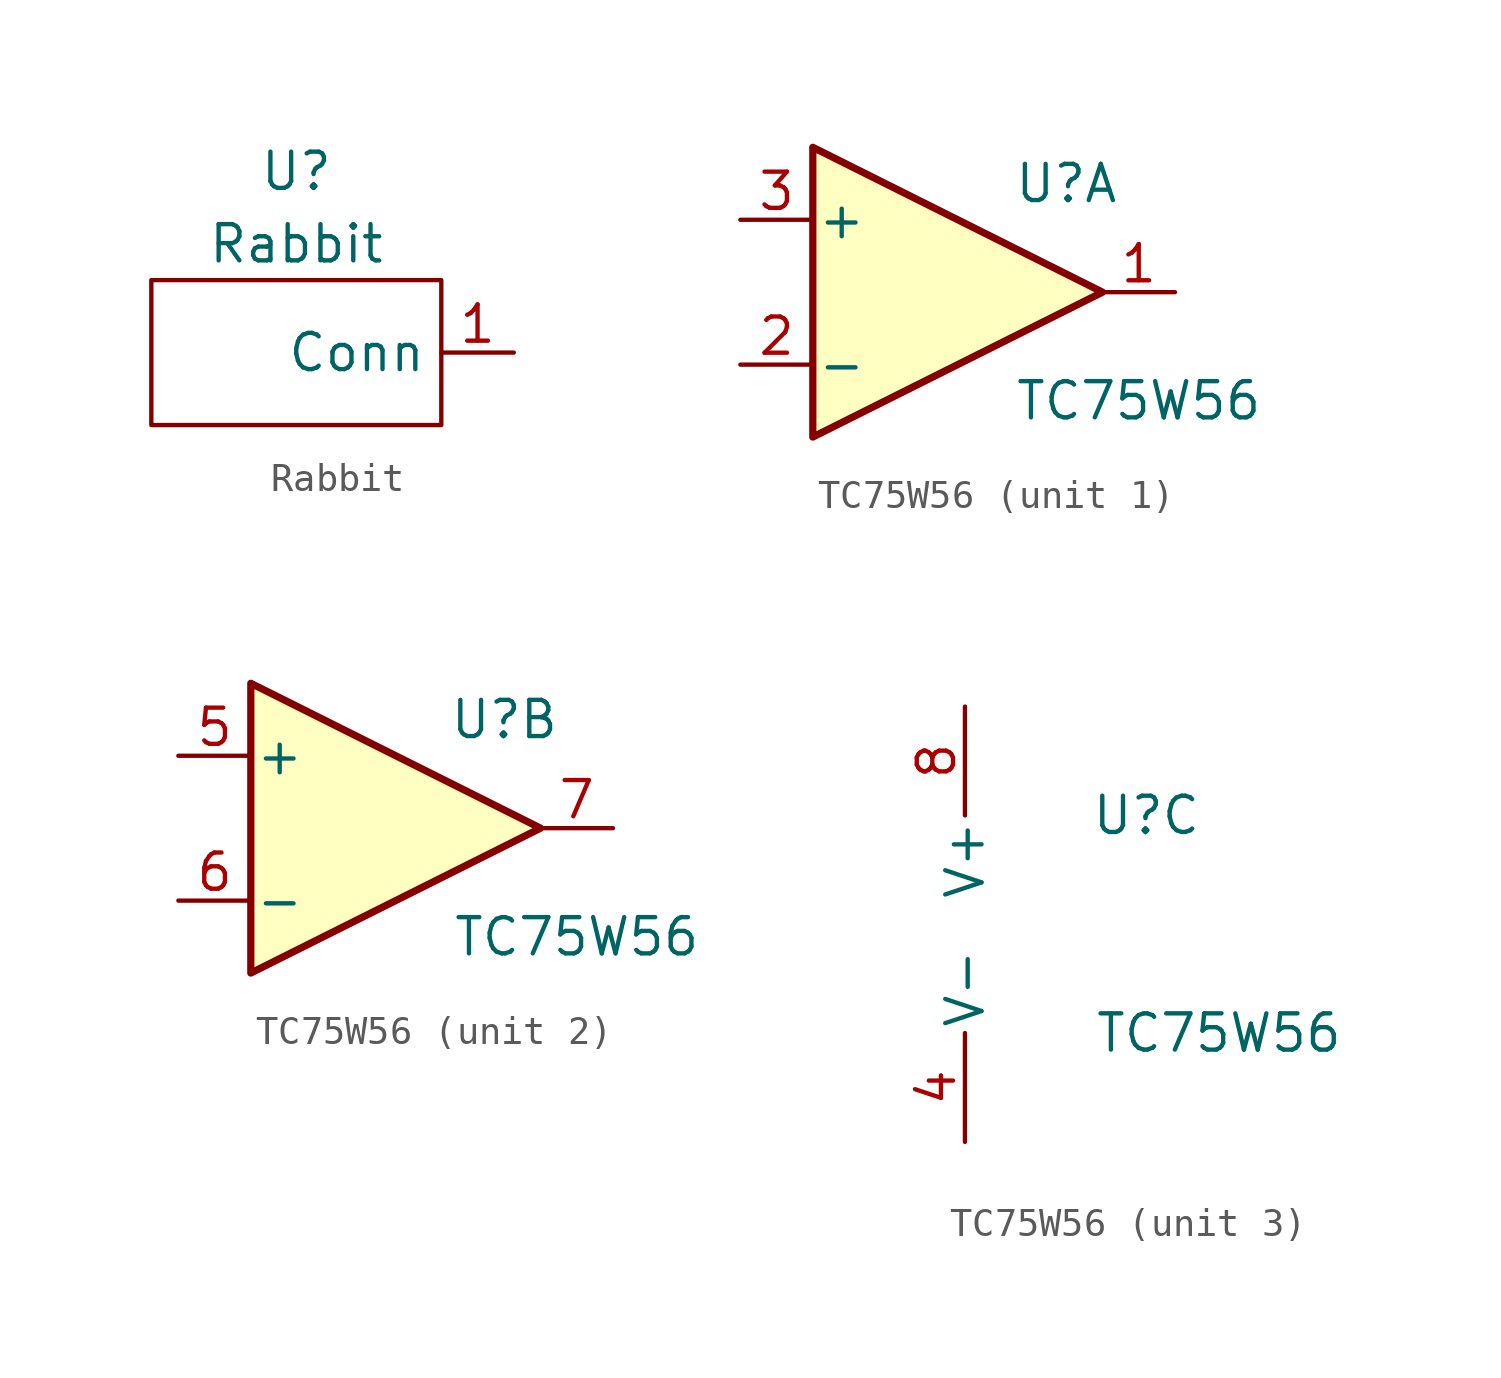
<source format=kicad_sym>
(kicad_symbol_lib
  (version 20211014)
  (generator kicad_symbol_editor)
  (symbol "Rabbit"
    (property "Reference" "U"
      (at 0 2.54 0)
      (effects (font (size 1.27 1.27))))
    (property "Value" "Rabbit"
      (at 0 0 0)
      (effects (font (size 1.27 1.27))))
    (symbol "Rabbit_0_1"
      (rectangle (start -5.08 -1.27) (end 5.08 -6.35) (stroke (width 0) (type default) (color 0 0 0 0)) (fill (type none))))
    (symbol "Rabbit_1_1"
      (pin bidirectional line (at 7.62 -3.81 180) (length 2.54) (name "Conn" (effects (font (size 1.27 1.27)))) (number "1" (effects (font (size 1.27 1.27)))))))
  (symbol "TC75W56"
    (pin_names
      (offset 0.127))
    (property "Reference" "U"
      (at 3.81 3.81 0)
      (effects (font (size 1.27 1.27))))
    (property "Value" "TC75W56"
      (at 6.35 -3.81 0)
      (effects (font (size 1.27 1.27))))
    (property "ki_locked" ""
      (at 0 0 0)
      (effects (font (size 1.27 1.27))))
    (symbol "TC75W56_1_1"
      (polyline (pts (xy -5.08 5.08) (xy 5.08 0) (xy -5.08 -5.08) (xy -5.08 5.08)) (stroke (width 0.254) (type default) (color 0 0 0 0)) (fill (type background)))
      (pin output line (at 7.62 0 180) (length 2.54) (name "~" (effects (font (size 1.27 1.27)))) (number "1" (effects (font (size 1.27 1.27)))))
      (pin input line (at -7.62 -2.54 0) (length 2.54) (name "-" (effects (font (size 1.27 1.27)))) (number "2" (effects (font (size 1.27 1.27)))))
      (pin input line (at -7.62 2.54 0) (length 2.54) (name "+" (effects (font (size 1.27 1.27)))) (number "3" (effects (font (size 1.27 1.27))))))
    (symbol "TC75W56_2_1"
      (polyline (pts (xy -5.08 5.08) (xy 5.08 0) (xy -5.08 -5.08) (xy -5.08 5.08)) (stroke (width 0.254) (type default) (color 0 0 0 0)) (fill (type background)))
      (pin input line (at -7.62 2.54 0) (length 2.54) (name "+" (effects (font (size 1.27 1.27)))) (number "5" (effects (font (size 1.27 1.27)))))
      (pin input line (at -7.62 -2.54 0) (length 2.54) (name "-" (effects (font (size 1.27 1.27)))) (number "6" (effects (font (size 1.27 1.27)))))
      (pin output line (at 7.62 0 180) (length 2.54) (name "~" (effects (font (size 1.27 1.27)))) (number "7" (effects (font (size 1.27 1.27))))))
    (symbol "TC75W56_3_1"
      (pin power_in line (at -2.54 -7.62 90) (length 3.81) (name "V-" (effects (font (size 1.27 1.27)))) (number "4" (effects (font (size 1.27 1.27)))))
      (pin power_in line (at -2.54 7.62 270) (length 3.81) (name "V+" (effects (font (size 1.27 1.27)))) (number "8" (effects (font (size 1.27 1.27))))))))
</source>
